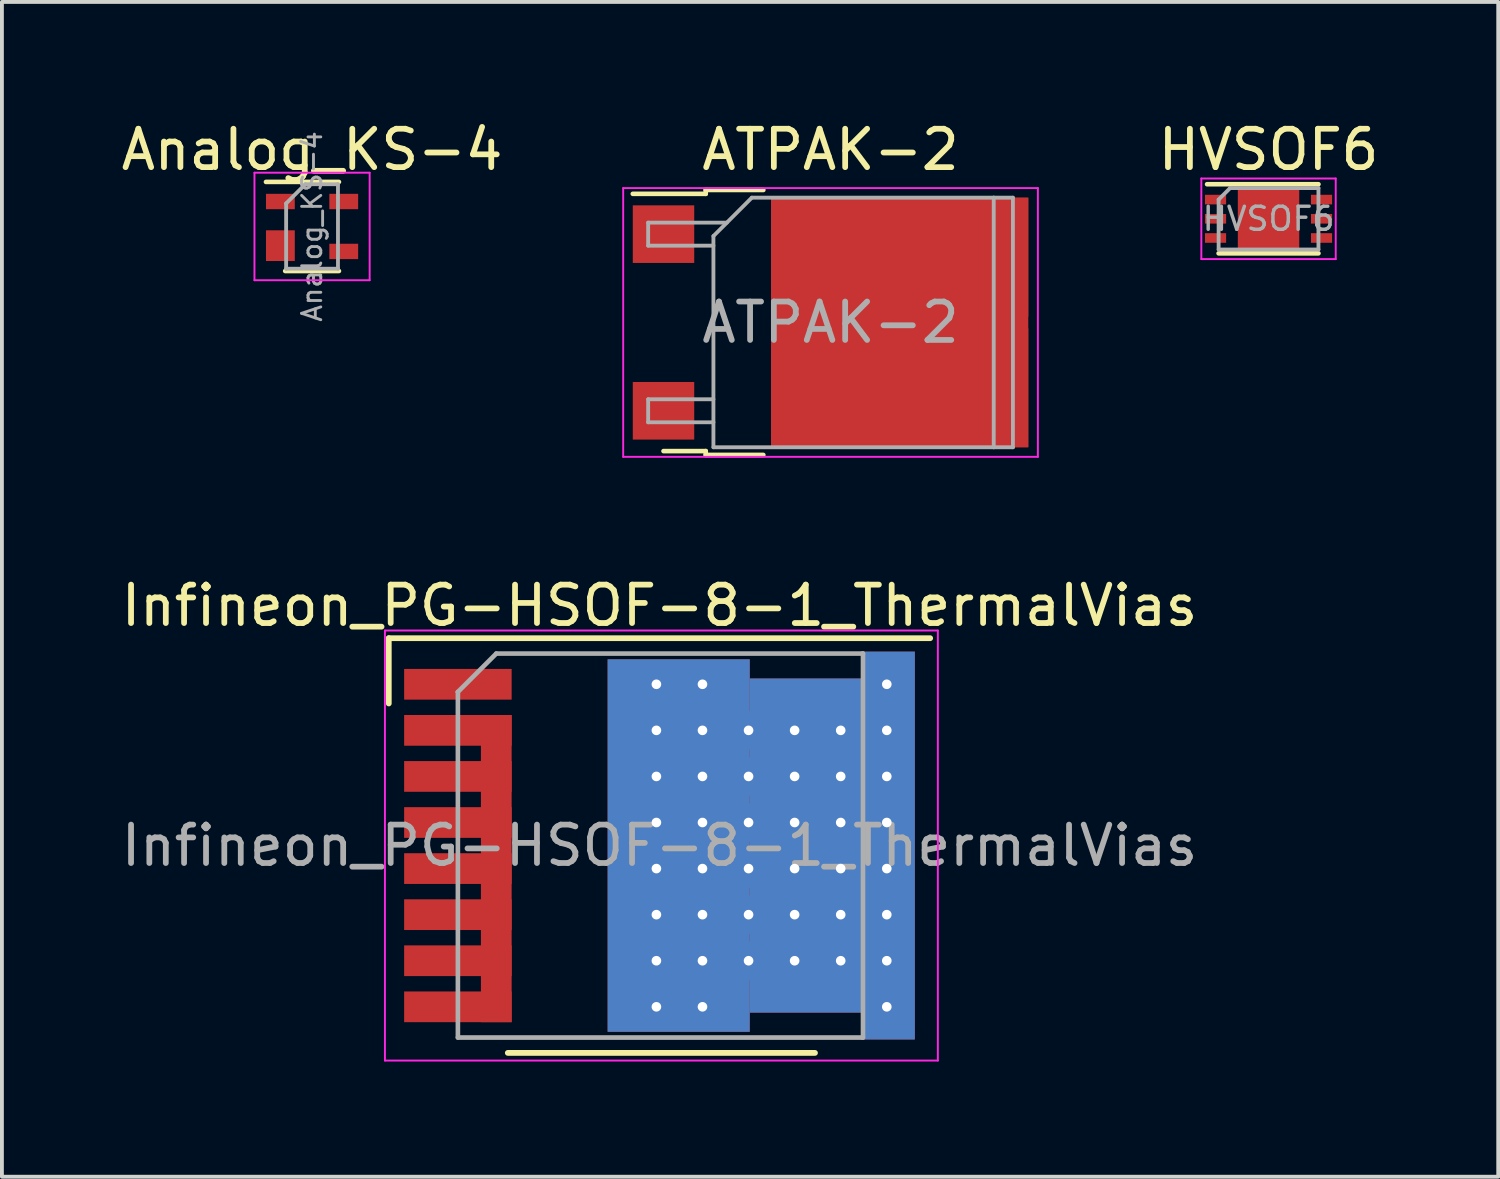
<source format=kicad_pcb>
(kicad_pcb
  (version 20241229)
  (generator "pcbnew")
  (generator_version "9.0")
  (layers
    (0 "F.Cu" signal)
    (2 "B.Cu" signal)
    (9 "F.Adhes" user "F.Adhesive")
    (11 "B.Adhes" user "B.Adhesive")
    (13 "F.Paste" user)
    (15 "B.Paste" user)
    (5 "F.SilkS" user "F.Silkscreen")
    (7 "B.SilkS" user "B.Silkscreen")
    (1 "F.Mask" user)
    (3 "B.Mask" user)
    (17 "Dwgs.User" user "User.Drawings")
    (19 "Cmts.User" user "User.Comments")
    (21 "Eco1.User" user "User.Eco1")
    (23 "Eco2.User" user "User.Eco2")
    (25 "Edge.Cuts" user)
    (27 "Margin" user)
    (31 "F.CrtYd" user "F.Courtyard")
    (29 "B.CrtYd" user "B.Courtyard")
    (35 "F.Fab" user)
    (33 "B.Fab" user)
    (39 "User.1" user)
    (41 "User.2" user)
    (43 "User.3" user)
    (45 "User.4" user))
  (footprint "ATPAK-2"
    (layer "F.Cu")
    (at 18.58 5.348)
    (property "Reference" "ATPAK-2" (at 0 -4.5 0) (layer "F.SilkS") (effects (font (size 1 1) (thickness 0.15))))
    (attr smd)
    (fp_line (start -3.25 -3.45) (end -3.25 -3.35) (stroke (width 0.12) (type solid)) (layer "F.SilkS"))
    (fp_line (start -3.25 -3.35) (end -5.15 -3.35) (stroke (width 0.12) (type solid)) (layer "F.SilkS"))
    (fp_line (start -3.25 3.35) (end -4.35 3.35) (stroke (width 0.12) (type solid)) (layer "F.SilkS"))
    (fp_line (start -3.25 3.45) (end -3.25 3.35) (stroke (width 0.12) (type solid)) (layer "F.SilkS"))
    (fp_line (start -1.75 -3.45) (end -3.25 -3.45) (stroke (width 0.12) (type solid)) (layer "F.SilkS"))
    (fp_line (start -1.75 3.45) (end -3.25 3.45) (stroke (width 0.12) (type solid)) (layer "F.SilkS"))
    (fp_line (start -5.4 -3.5) (end -5.4 3.5) (stroke (width 0.05) (type solid)) (layer "F.CrtYd"))
    (fp_line (start -5.4 3.5) (end 5.4 3.5) (stroke (width 0.05) (type solid)) (layer "F.CrtYd"))
    (fp_line (start 5.4 -3.5) (end -5.4 -3.5) (stroke (width 0.05) (type solid)) (layer "F.CrtYd"))
    (fp_line (start 5.4 3.5) (end 5.4 -3.5) (stroke (width 0.05) (type solid)) (layer "F.CrtYd"))
    (fp_line (start -4.75 -2.6) (end -4.75 -2) (stroke (width 0.1) (type solid)) (layer "F.Fab"))
    (fp_line (start -4.75 -2) (end -3.05 -2) (stroke (width 0.1) (type solid)) (layer "F.Fab"))
    (fp_line (start -4.75 2) (end -4.75 2.6) (stroke (width 0.1) (type solid)) (layer "F.Fab"))
    (fp_line (start -4.75 2.6) (end -3.05 2.6) (stroke (width 0.1) (type solid)) (layer "F.Fab"))
    (fp_line (start -3.05 -2.25) (end -2.05 -3.25) (stroke (width 0.1) (type solid)) (layer "F.Fab"))
    (fp_line (start -3.05 2) (end -4.75 2) (stroke (width 0.1) (type solid)) (layer "F.Fab"))
    (fp_line (start -3.05 3.25) (end -3.05 -2.25) (stroke (width 0.1) (type solid)) (layer "F.Fab"))
    (fp_line (start -2.7 -2.6) (end -4.75 -2.6) (stroke (width 0.1) (type solid)) (layer "F.Fab"))
    (fp_line (start -2.05 -3.25) (end 4.25 -3.25) (stroke (width 0.1) (type solid)) (layer "F.Fab"))
    (fp_line (start 4.25 -3.25) (end 4.25 3.25) (stroke (width 0.1) (type solid)) (layer "F.Fab"))
    (fp_line (start 4.25 -3.25) (end 4.75 -3.25) (stroke (width 0.1) (type solid)) (layer "F.Fab"))
    (fp_line (start 4.25 3.25) (end -3.05 3.25) (stroke (width 0.1) (type solid)) (layer "F.Fab"))
    (fp_line (start 4.75 -3.25) (end 4.75 3.25) (stroke (width 0.1) (type solid)) (layer "F.Fab"))
    (fp_line (start 4.75 3.25) (end 4.25 3.25) (stroke (width 0.1) (type solid)) (layer "F.Fab"))
    (fp_text user "${REFERENCE}" (at 0 0 0) (layer "F.Fab") (effects (font (size 1 1) (thickness 0.15))))
    (pad "1" smd rect (at -4.35 -2.3) (size 1.6 1.5) (layers "F.Cu" "F.Mask" "F.Paste"))
    (pad "2" smd rect (at 0.05 -1.7) (size 3.2 3.1) (layers "F.Cu" "F.Paste"))
    (pad "2" smd rect (at 0.05 1.7) (size 3.2 3.1) (layers "F.Cu" "F.Paste"))
    (pad "2" smd rect (at 1.8 0) (size 6.7 6.5) (layers "F.Cu" "F.Mask"))
    (pad "2" smd rect (at 3.55 -1.7) (size 3.2 3.1) (layers "F.Cu" "F.Paste"))
    (pad "2" smd rect (at 3.55 1.7) (size 3.2 3.1) (layers "F.Cu" "F.Paste"))
    (pad "3" smd rect (at -4.35 2.3) (size 1.6 1.5) (layers "F.Cu" "F.Mask" "F.Paste")))
  (footprint "HVSOF6"
    (layer "F.Cu")
    (at 29.987 2.648)
    (property "Reference" "HVSOF6" (at 0 -1.8 0) (layer "F.SilkS") (effects (font (size 1 1) (thickness 0.15))))
    (attr smd)
    (fp_line (start -1.6 -0.9) (end 1.3 -0.9) (stroke (width 0.12) (type solid)) (layer "F.SilkS"))
    (fp_line (start -1.3 0.9) (end 1.3 0.9) (stroke (width 0.12) (type solid)) (layer "F.SilkS"))
    (fp_line (start -1.75 -1.05) (end -1.75 1.05) (stroke (width 0.05) (type solid)) (layer "F.CrtYd"))
    (fp_line (start -1.75 -1.05) (end 1.75 -1.05) (stroke (width 0.05) (type solid)) (layer "F.CrtYd"))
    (fp_line (start 1.75 1.05) (end -1.75 1.05) (stroke (width 0.05) (type solid)) (layer "F.CrtYd"))
    (fp_line (start 1.75 1.05) (end 1.75 -1.05) (stroke (width 0.05) (type solid)) (layer "F.CrtYd"))
    (fp_line (start -1.3 -0.5) (end -1.3 0.8) (stroke (width 0.1) (type solid)) (layer "F.Fab"))
    (fp_line (start -1.3 -0.5) (end -1 -0.8) (stroke (width 0.1) (type solid)) (layer "F.Fab"))
    (fp_line (start -1 -0.8) (end 1.3 -0.8) (stroke (width 0.1) (type solid)) (layer "F.Fab"))
    (fp_line (start 1.3 -0.8) (end 1.3 0.8) (stroke (width 0.1) (type solid)) (layer "F.Fab"))
    (fp_line (start 1.3 0.8) (end -1.3 0.8) (stroke (width 0.1) (type solid)) (layer "F.Fab"))
    (fp_text user "${REFERENCE}" (at 0 0 0) (layer "F.Fab") (effects (font (size 0.6 0.6) (thickness 0.09))))
    (pad "1" smd rect (at -1.38 -0.5 270) (size 0.25 0.55) (layers "F.Cu" "F.Mask" "F.Paste"))
    (pad "2" smd rect (at -1.38 0 270) (size 0.25 0.55) (layers "F.Cu" "F.Mask" "F.Paste"))
    (pad "3" smd rect (at -1.38 0.5 270) (size 0.25 0.55) (layers "F.Cu" "F.Mask" "F.Paste"))
    (pad "4" smd rect (at 1.38 0.5 270) (size 0.25 0.55) (layers "F.Cu" "F.Mask" "F.Paste"))
    (pad "5" smd rect (at 1.38 0 270) (size 0.25 0.55) (layers "F.Cu" "F.Mask" "F.Paste"))
    (pad "6" smd rect (at 1.38 -0.5 270) (size 0.25 0.55) (layers "F.Cu" "F.Mask" "F.Paste"))
    (pad "7" smd rect (at 0 0) (size 1.6 1.6) (layers "F.Cu" "F.Mask" "F.Paste")))
  (footprint "Analog_KS-4"
    (layer "F.Cu")
    (at 5.077 2.848)
    (property "Reference" "Analog_KS-4" (at 0 -2 0) (layer "F.SilkS") (effects (font (size 1 1) (thickness 0.15))))
    (attr smd)
    (fp_line (start -0.7 1.16) (end 0.7 1.16) (stroke (width 0.12) (type solid)) (layer "F.SilkS"))
    (fp_line (start 0.7 -1.16) (end -1.2 -1.16) (stroke (width 0.12) (type solid)) (layer "F.SilkS"))
    (fp_line (start -1.5 -1.4) (end -1.5 1.4) (stroke (width 0.05) (type solid)) (layer "F.CrtYd"))
    (fp_line (start -1.5 -1.4) (end 1.5 -1.4) (stroke (width 0.05) (type solid)) (layer "F.CrtYd"))
    (fp_line (start -1.5 1.4) (end 1.5 1.4) (stroke (width 0.05) (type solid)) (layer "F.CrtYd"))
    (fp_line (start 1.5 1.4) (end 1.5 -1.4) (stroke (width 0.05) (type solid)) (layer "F.CrtYd"))
    (fp_line (start -0.675 -0.6) (end -0.675 1.1) (stroke (width 0.1) (type solid)) (layer "F.Fab"))
    (fp_line (start -0.175 -1.1) (end -0.675 -0.6) (stroke (width 0.1) (type solid)) (layer "F.Fab"))
    (fp_line (start 0.675 -1.1) (end -0.175 -1.1) (stroke (width 0.1) (type solid)) (layer "F.Fab"))
    (fp_line (start 0.675 -1.1) (end 0.675 1.1) (stroke (width 0.1) (type solid)) (layer "F.Fab"))
    (fp_line (start 0.675 1.1) (end -0.675 1.1) (stroke (width 0.1) (type solid)) (layer "F.Fab"))
    (fp_text user "${REFERENCE}" (at 0 0 90) (layer "F.Fab") (effects (font (size 0.5 0.5) (thickness 0.075))))
    (pad "1" smd rect (at -0.825 -0.65) (size 0.75 0.4) (layers "F.Cu" "F.Mask" "F.Paste"))
    (pad "2" smd rect (at -0.825 0.5) (size 0.75 0.8) (layers "F.Cu" "F.Mask" "F.Paste"))
    (pad "3" smd rect (at 0.825 0.65) (size 0.75 0.4) (layers "F.Cu" "F.Mask" "F.Paste"))
    (pad "4" smd rect (at 0.825 -0.65) (size 0.75 0.4) (layers "F.Cu" "F.Mask" "F.Paste")))
  (footprint "Infineon_PG-HSOF-8-1_ThermalVias"
    (layer "F.Cu")
    (at 14.125 18.971)
    (property "Reference" "Infineon_PG-HSOF-8-1_ThermalVias" (at 0 -6.25 0) (layer "F.SilkS") (effects (font (size 1 1) (thickness 0.15))))
    (attr smd)
    (fp_line (start -7.05 -5.4) (end -7.05 -3.7) (stroke (width 0.15) (type solid)) (layer "F.SilkS"))
    (fp_line (start -3.95 5.4) (end 4.05 5.4) (stroke (width 0.15) (type solid)) (layer "F.SilkS"))
    (fp_line (start 7.05 -5.4) (end -7.05 -5.4) (stroke (width 0.15) (type solid)) (layer "F.SilkS"))
    (fp_line (start -7.15 5.6) (end -7.15 -5.6) (stroke (width 0.05) (type solid)) (layer "F.CrtYd"))
    (fp_line (start -7.15 5.6) (end 7.25 5.6) (stroke (width 0.05) (type solid)) (layer "F.CrtYd"))
    (fp_line (start 7.25 -5.6) (end -7.15 -5.6) (stroke (width 0.05) (type solid)) (layer "F.CrtYd"))
    (fp_line (start 7.25 -5.6) (end 7.25 5.6) (stroke (width 0.05) (type solid)) (layer "F.CrtYd"))
    (fp_line (start -5.25 -4) (end -5.25 -4) (stroke (width 0.12) (type solid)) (layer "F.Fab"))
    (fp_line (start -5.25 5) (end -5.25 -4) (stroke (width 0.12) (type solid)) (layer "F.Fab"))
    (fp_line (start -4.25 -5) (end -5.25 -4) (stroke (width 0.12) (type solid)) (layer "F.Fab"))
    (fp_line (start -4.25 -5) (end 5.3 -5) (stroke (width 0.12) (type solid)) (layer "F.Fab"))
    (fp_line (start 5.3 -5) (end 5.3 5) (stroke (width 0.12) (type solid)) (layer "F.Fab"))
    (fp_line (start 5.3 5) (end -5.25 5) (stroke (width 0.12) (type solid)) (layer "F.Fab"))
    (fp_text user "${REFERENCE}" (at 0 0 0) (layer "F.Fab") (effects (font (size 1 1) (thickness 0.15))))
    (pad "1" smd rect (at -5.25 -4.2 270) (size 0.8 2.8) (layers "F.Cu" "F.Mask" "F.Paste"))
    (pad "2" smd rect (at -5.25 -3 270) (size 0.8 2.8) (layers "F.Cu" "F.Mask" "F.Paste"))
    (pad "2" smd rect (at -5.25 -1.8 270) (size 0.8 2.8) (layers "F.Cu" "F.Mask" "F.Paste"))
    (pad "2" smd rect (at -5.25 -0.6 270) (size 0.8 2.8) (layers "F.Cu" "F.Mask" "F.Paste"))
    (pad "2" smd rect (at -5.25 0.6 270) (size 0.8 2.8) (layers "F.Cu" "F.Mask" "F.Paste"))
    (pad "2" smd rect (at -5.25 1.8 270) (size 0.8 2.8) (layers "F.Cu" "F.Mask" "F.Paste"))
    (pad "2" smd rect (at -5.25 3 270) (size 0.8 2.8) (layers "F.Cu" "F.Mask" "F.Paste"))
    (pad "2" smd rect (at -5.25 4.2 270) (size 0.8 2.8) (layers "F.Cu" "F.Mask" "F.Paste"))
    (pad "2" smd rect (at -4.25 0.6 270) (size 8 0.8) (layers "F.Cu" "F.Mask"))
    (pad "3" thru_hole circle (at -0.08 -4.2 270) (size 1 1) (drill 0.25) (layers "*.Cu" "*.Mask" "F.Paste"))
    (pad "3" thru_hole circle (at -0.08 -3 270) (size 1 1) (drill 0.25) (layers "*.Cu" "*.Mask" "F.Paste"))
    (pad "3" thru_hole circle (at -0.08 -1.8 270) (size 1 1) (drill 0.25) (layers "*.Cu" "*.Mask" "F.Paste"))
    (pad "3" thru_hole circle (at -0.08 -0.6 270) (size 1 1) (drill 0.25) (layers "*.Cu" "*.Mask" "F.Paste"))
    (pad "3" thru_hole circle (at -0.08 0.6 270) (size 1 1) (drill 0.25) (layers "*.Cu" "*.Mask" "F.Paste"))
    (pad "3" thru_hole circle (at -0.08 1.8 270) (size 1 1) (drill 0.25) (layers "*.Cu" "*.Mask" "F.Paste"))
    (pad "3" thru_hole circle (at -0.08 3 270) (size 1 1) (drill 0.25) (layers "*.Cu" "*.Mask" "F.Paste"))
    (pad "3" thru_hole circle (at -0.08 4.2 270) (size 1 1) (drill 0.25) (layers "*.Cu" "*.Mask" "F.Paste"))
    (pad "3" smd rect (at 0.5 0 270) (size 9.7 3.7) (layers "F.Cu" "F.Mask"))
    (pad "3" smd rect (at 0.5 0 270) (size 9.7 3.7) (layers "B.Cu" "B.Mask"))
    (pad "3" thru_hole circle (at 1.12 -4.2 270) (size 1 1) (drill 0.25) (layers "*.Cu" "*.Mask" "F.Paste"))
    (pad "3" thru_hole circle (at 1.12 -3 270) (size 1 1) (drill 0.25) (layers "*.Cu" "*.Mask" "F.Paste"))
    (pad "3" thru_hole circle (at 1.12 -1.8 270) (size 1 1) (drill 0.25) (layers "*.Cu" "*.Mask" "F.Paste"))
    (pad "3" thru_hole circle (at 1.12 -0.6 270) (size 1 1) (drill 0.25) (layers "*.Cu" "*.Mask" "F.Paste"))
    (pad "3" thru_hole circle (at 1.12 0.6 270) (size 1 1) (drill 0.25) (layers "*.Cu" "*.Mask" "F.Paste"))
    (pad "3" thru_hole circle (at 1.12 1.8 270) (size 1 1) (drill 0.25) (layers "*.Cu" "*.Mask" "F.Paste"))
    (pad "3" thru_hole circle (at 1.12 3 270) (size 1 1) (drill 0.25) (layers "*.Cu" "*.Mask" "F.Paste"))
    (pad "3" thru_hole circle (at 1.12 4.2 270) (size 1 1) (drill 0.25) (layers "*.Cu" "*.Mask" "F.Paste"))
    (pad "3" thru_hole circle (at 2.32 -3 270) (size 1 1) (drill 0.25) (layers "*.Cu" "*.Mask" "F.Paste"))
    (pad "3" thru_hole circle (at 2.32 -1.8 270) (size 1 1) (drill 0.25) (layers "*.Cu" "*.Mask" "F.Paste"))
    (pad "3" thru_hole circle (at 2.32 -0.6 270) (size 1 1) (drill 0.25) (layers "*.Cu" "*.Mask" "F.Paste"))
    (pad "3" thru_hole circle (at 2.32 0.6 270) (size 1 1) (drill 0.25) (layers "*.Cu" "*.Mask" "F.Paste"))
    (pad "3" thru_hole circle (at 2.32 1.8 270) (size 1 1) (drill 0.25) (layers "*.Cu" "*.Mask" "F.Paste"))
    (pad "3" thru_hole circle (at 2.32 3 270) (size 1 1) (drill 0.25) (layers "*.Cu" "*.Mask" "F.Paste"))
    (pad "3" thru_hole circle (at 3.52 -3 270) (size 1 1) (drill 0.25) (layers "*.Cu" "*.Mask" "F.Paste"))
    (pad "3" thru_hole circle (at 3.52 -1.8 270) (size 1 1) (drill 0.25) (layers "*.Cu" "*.Mask" "F.Paste"))
    (pad "3" thru_hole circle (at 3.52 -0.6 270) (size 1 1) (drill 0.25) (layers "*.Cu" "*.Mask" "F.Paste"))
    (pad "3" thru_hole circle (at 3.52 0.6 270) (size 1 1) (drill 0.25) (layers "*.Cu" "*.Mask" "F.Paste"))
    (pad "3" thru_hole circle (at 3.52 1.8 270) (size 1 1) (drill 0.25) (layers "*.Cu" "*.Mask" "F.Paste"))
    (pad "3" thru_hole circle (at 3.52 3 270) (size 1 1) (drill 0.25) (layers "*.Cu" "*.Mask" "F.Paste"))
    (pad "3" smd rect (at 3.8 0 270) (size 8.7 2.9) (layers "F.Cu" "F.Mask"))
    (pad "3" smd rect (at 3.8 0 270) (size 8.7 2.9) (layers "B.Cu" "B.Mask"))
    (pad "3" thru_hole circle (at 4.72 -3 270) (size 1 1) (drill 0.25) (layers "*.Cu" "*.Mask" "F.Paste"))
    (pad "3" thru_hole circle (at 4.72 -1.8 270) (size 1 1) (drill 0.25) (layers "*.Cu" "*.Mask" "F.Paste"))
    (pad "3" thru_hole circle (at 4.72 -0.6 270) (size 1 1) (drill 0.25) (layers "*.Cu" "*.Mask" "F.Paste"))
    (pad "3" thru_hole circle (at 4.72 0.6 270) (size 1 1) (drill 0.25) (layers "*.Cu" "*.Mask" "F.Paste"))
    (pad "3" thru_hole circle (at 4.72 1.8 270) (size 1 1) (drill 0.25) (layers "*.Cu" "*.Mask" "F.Paste"))
    (pad "3" thru_hole circle (at 4.72 3 270) (size 1 1) (drill 0.25) (layers "*.Cu" "*.Mask" "F.Paste"))
    (pad "3" thru_hole circle (at 5.92 -4.2 270) (size 1 1) (drill 0.25) (layers "*.Cu" "*.Mask" "F.Paste"))
    (pad "3" thru_hole circle (at 5.92 -3 270) (size 1 1) (drill 0.25) (layers "*.Cu" "*.Mask" "F.Paste"))
    (pad "3" thru_hole circle (at 5.92 -1.8 270) (size 1 1) (drill 0.25) (layers "*.Cu" "*.Mask" "F.Paste"))
    (pad "3" thru_hole circle (at 5.92 -0.6 270) (size 1 1) (drill 0.25) (layers "*.Cu" "*.Mask" "F.Paste"))
    (pad "3" thru_hole circle (at 5.92 0.6 270) (size 1 1) (drill 0.25) (layers "*.Cu" "*.Mask" "F.Paste"))
    (pad "3" thru_hole circle (at 5.92 1.8 270) (size 1 1) (drill 0.25) (layers "*.Cu" "*.Mask" "F.Paste"))
    (pad "3" thru_hole circle (at 5.92 3 270) (size 1 1) (drill 0.25) (layers "*.Cu" "*.Mask" "F.Paste"))
    (pad "3" thru_hole circle (at 5.92 4.2 270) (size 1 1) (drill 0.25) (layers "*.Cu" "*.Mask" "F.Paste"))
    (pad "3" smd rect (at 5.95 0 270) (size 10.1 1.4) (layers "F.Cu" "F.Mask"))
    (pad "3" smd rect (at 5.95 0 270) (size 10.1 1.4) (layers "B.Cu" "B.Mask")))
  (gr_rect
    (start -3 -3)
    (end 35.969 27.596)
    (stroke (width 0.1) (type default))
    (fill no)
    (layer "Edge.Cuts")))
</source>
